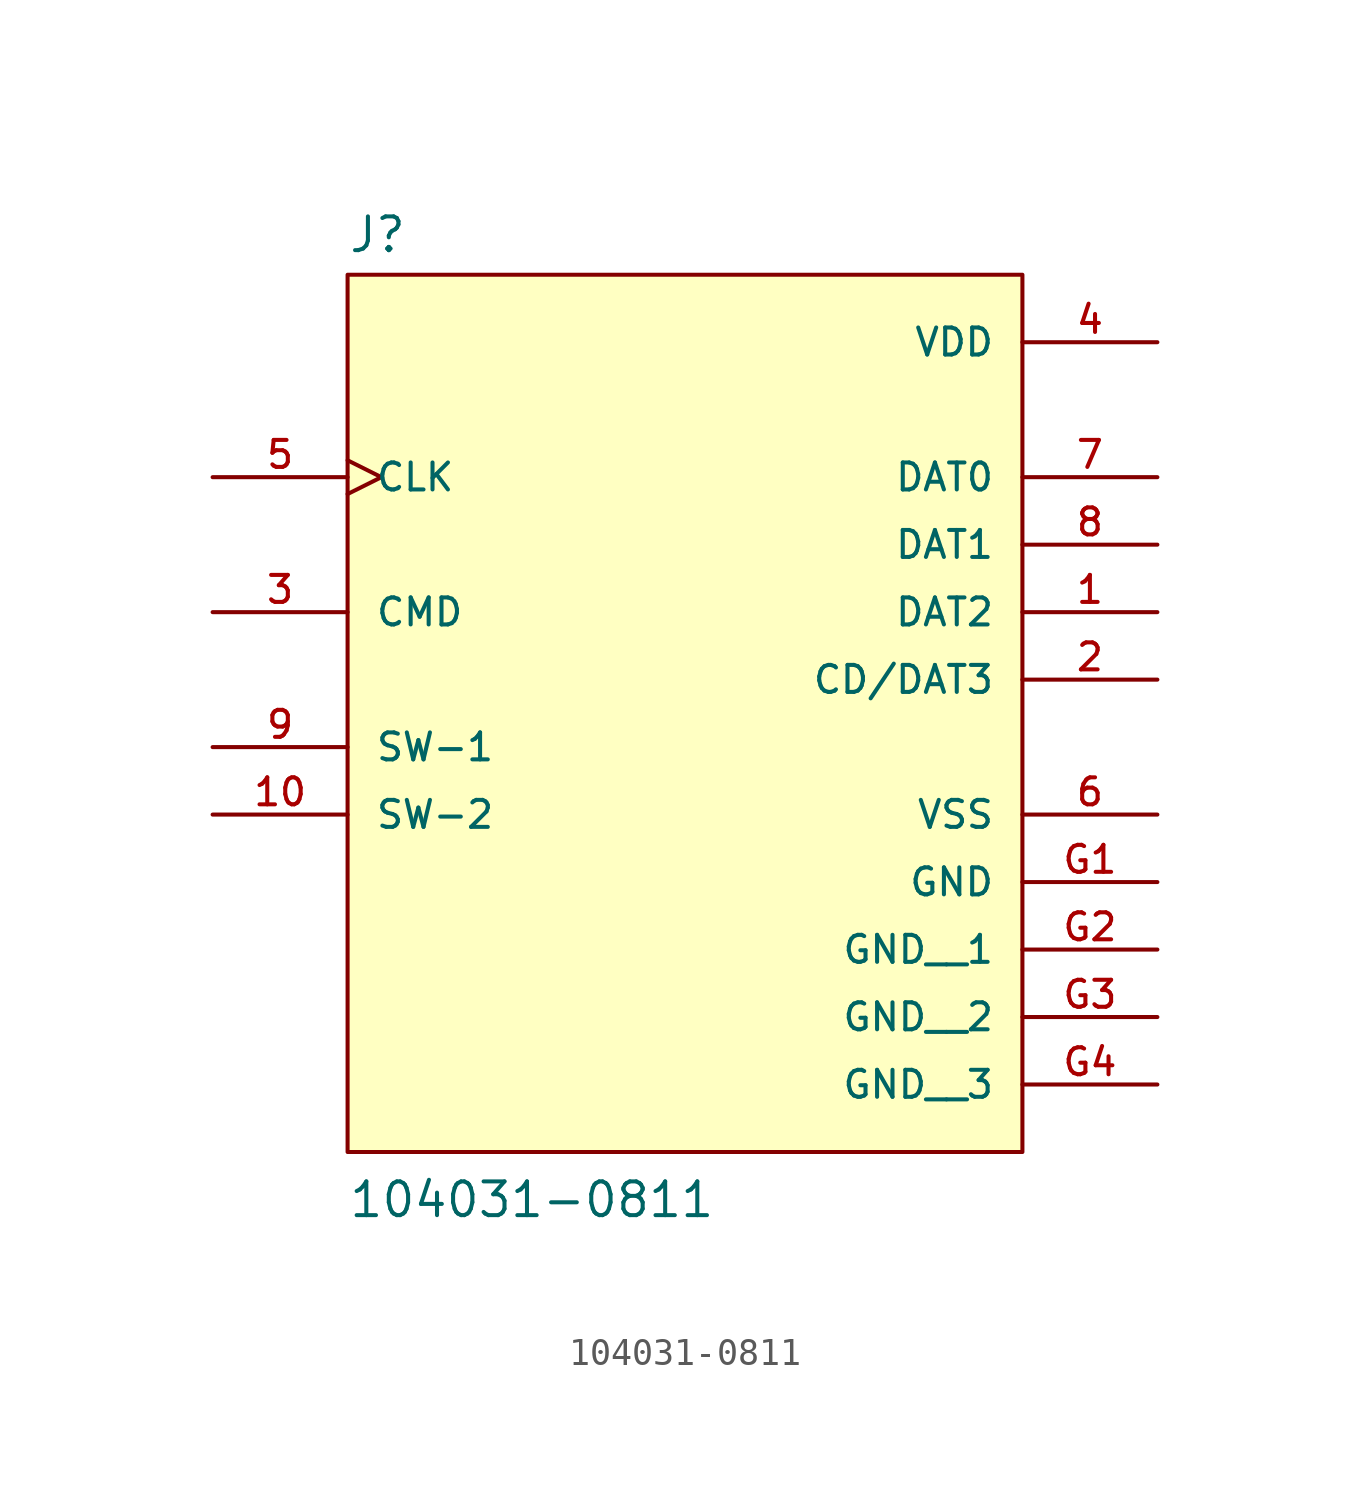
<source format=kicad_sym>
(kicad_symbol_lib
  (version 20211014)
  (generator kicad_symbol_editor)
  (symbol "104031-0811"
    (pin_names
      (offset 1.016))
    (property "Reference" "J"
      (at -12.7 13.462 0)
      (effects (font (size 1.27 1.27)) (justify bottom left)))
    (property "Value" "104031-0811"
      (at -12.7 -22.86 0)
      (effects (font (size 1.27 1.27)) (justify bottom left)))
    (symbol "104031-0811_0_0"
      (rectangle (start -12.7 -20.32) (end 12.7 12.7) (stroke (width 0.152)) (fill (type background)))
      (pin bidirectional line (at 17.78 0.0 180.0) (length 5.08) (name "DAT2" (effects (font (size 1.016 1.016)))) (number "1" (effects (font (size 1.016 1.016)))))
      (pin bidirectional line (at 17.78 -2.54 180.0) (length 5.08) (name "CD/DAT3" (effects (font (size 1.016 1.016)))) (number "2" (effects (font (size 1.016 1.016)))))
      (pin bidirectional line (at -17.78 0.0 0) (length 5.08) (name "CMD" (effects (font (size 1.016 1.016)))) (number "3" (effects (font (size 1.016 1.016)))))
      (pin power_in line (at 17.78 10.16 180.0) (length 5.08) (name "VDD" (effects (font (size 1.016 1.016)))) (number "4" (effects (font (size 1.016 1.016)))))
      (pin input clock (at -17.78 5.08 0) (length 5.08) (name "CLK" (effects (font (size 1.016 1.016)))) (number "5" (effects (font (size 1.016 1.016)))))
      (pin power_in line (at 17.78 -7.62 180.0) (length 5.08) (name "VSS" (effects (font (size 1.016 1.016)))) (number "6" (effects (font (size 1.016 1.016)))))
      (pin bidirectional line (at 17.78 5.08 180.0) (length 5.08) (name "DAT0" (effects (font (size 1.016 1.016)))) (number "7" (effects (font (size 1.016 1.016)))))
      (pin bidirectional line (at 17.78 2.54 180.0) (length 5.08) (name "DAT1" (effects (font (size 1.016 1.016)))) (number "8" (effects (font (size 1.016 1.016)))))
      (pin power_in line (at 17.78 -10.16 180.0) (length 5.08) (name "GND" (effects (font (size 1.016 1.016)))) (number "G1" (effects (font (size 1.016 1.016)))))
      (pin passive line (at -17.78 -5.08 0) (length 5.08) (name "SW-1" (effects (font (size 1.016 1.016)))) (number "9" (effects (font (size 1.016 1.016)))))
      (pin passive line (at -17.78 -7.62 0) (length 5.08) (name "SW-2" (effects (font (size 1.016 1.016)))) (number "10" (effects (font (size 1.016 1.016)))))
      (pin power_in line (at 17.78 -12.7 180.0) (length 5.08) (name "GND__1" (effects (font (size 1.016 1.016)))) (number "G2" (effects (font (size 1.016 1.016)))))
      (pin power_in line (at 17.78 -15.24 180.0) (length 5.08) (name "GND__2" (effects (font (size 1.016 1.016)))) (number "G3" (effects (font (size 1.016 1.016)))))
      (pin power_in line (at 17.78 -17.78 180.0) (length 5.08) (name "GND__3" (effects (font (size 1.016 1.016)))) (number "G4" (effects (font (size 1.016 1.016))))))))
</source>
